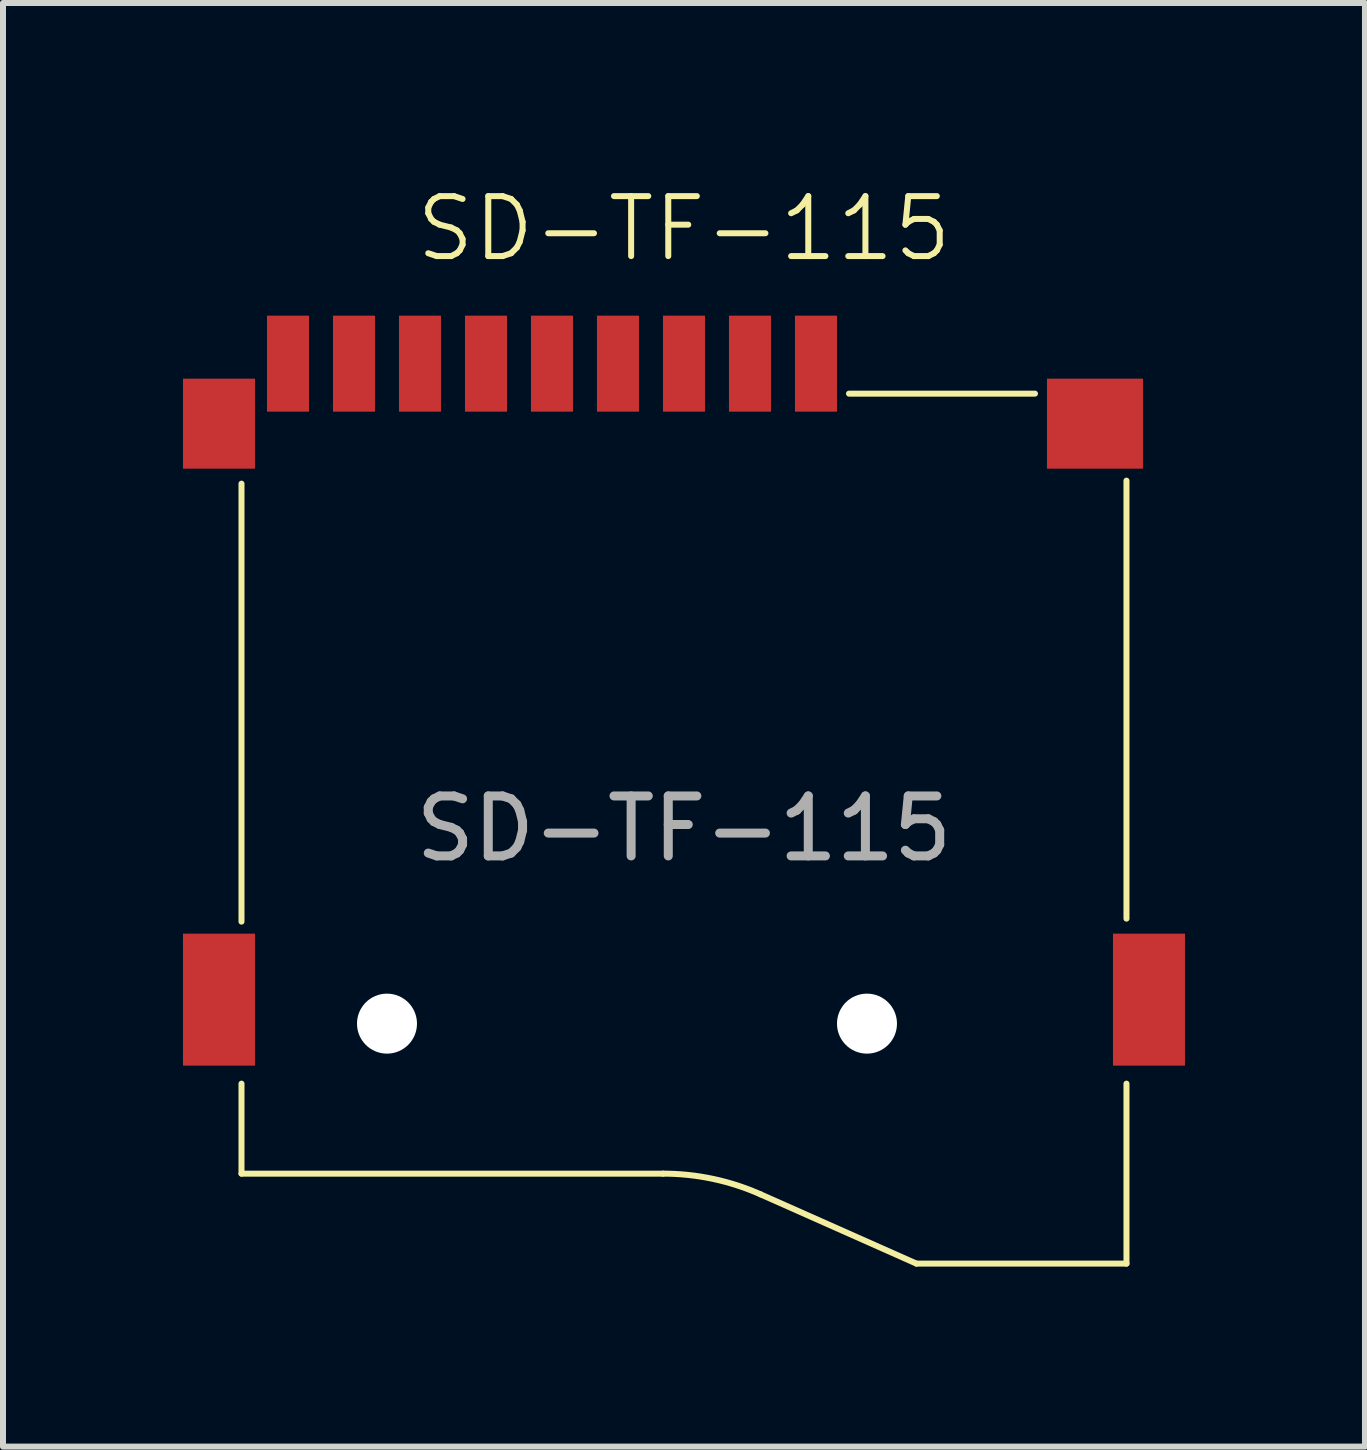
<source format=kicad_pcb>
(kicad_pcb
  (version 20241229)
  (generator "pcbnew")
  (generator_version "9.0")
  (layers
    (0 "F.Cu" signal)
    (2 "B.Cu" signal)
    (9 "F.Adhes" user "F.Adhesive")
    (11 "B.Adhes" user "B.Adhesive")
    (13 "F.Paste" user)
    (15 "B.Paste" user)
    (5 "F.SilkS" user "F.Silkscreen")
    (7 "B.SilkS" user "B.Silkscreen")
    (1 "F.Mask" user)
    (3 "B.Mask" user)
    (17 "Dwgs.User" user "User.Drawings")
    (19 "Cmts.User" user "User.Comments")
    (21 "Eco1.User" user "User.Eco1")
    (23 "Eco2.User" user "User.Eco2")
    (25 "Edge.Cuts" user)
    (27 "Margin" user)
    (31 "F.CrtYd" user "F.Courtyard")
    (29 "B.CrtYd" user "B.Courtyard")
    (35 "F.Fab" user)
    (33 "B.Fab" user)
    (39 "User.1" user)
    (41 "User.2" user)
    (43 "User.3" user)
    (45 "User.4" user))
  (footprint "SD-TF-115"
    (layer "F.Cu")
    (at 8.35 8.261)
    (property "Reference" "SD-TF-115" (at 0 -7.5 0) (unlocked yes) (layer "F.SilkS") (effects (font (size 1 1) (thickness 0.1))))
    (attr smd)
    (fp_line (start -7.375 -3.25) (end -7.375 4.05) (stroke (width 0.1) (type default)) (layer "F.SilkS"))
    (fp_line (start -7.375 6.75) (end -7.375 8.25) (stroke (width 0.1) (type default)) (layer "F.SilkS"))
    (fp_line (start -7.375 8.25) (end -0.349 8.25) (stroke (width 0.1) (type default)) (layer "F.SilkS"))
    (fp_line (start 1.276 8.595) (end 3.875 9.75) (stroke (width 0.1) (type default)) (layer "F.SilkS"))
    (fp_line (start 2.75 -4.75) (end 5.85 -4.75) (stroke (width 0.1) (type default)) (layer "F.SilkS"))
    (fp_line (start 7.375 -3.3) (end 7.375 4) (stroke (width 0.1) (type default)) (layer "F.SilkS"))
    (fp_line (start 7.375 6.75) (end 7.375 9.75) (stroke (width 0.1) (type default)) (layer "F.SilkS"))
    (fp_line (start 7.375 9.75) (end 3.875 9.75) (stroke (width 0.1) (type default)) (layer "F.SilkS"))
    (fp_arc (start -0.348858 8.25) (mid 0.481508 8.337138) (end 1.275696 8.594754) (stroke (width 0.1) (type default)) (layer "F.SilkS"))
    (fp_text user "${REFERENCE}" (at 0 2.5 0) (unlocked yes) (layer "F.Fab") (effects (font (size 1 1) (thickness 0.15))))
    (pad "" np_thru_hole circle (at -4.95 5.75) (size 1 1) (drill 1) (layers "*.Cu" "*.Mask"))
    (pad "" np_thru_hole circle (at 3.05 5.75) (size 1 1) (drill 1) (layers "*.Cu" "*.Mask"))
    (pad "1" smd rect (at 2.2 -5.25 180) (size 0.7 1.6) (layers "F.Cu" "F.Mask" "F.Paste"))
    (pad "2" smd rect (at 1.1 -5.25 180) (size 0.7 1.6) (layers "F.Cu" "F.Mask" "F.Paste"))
    (pad "3" smd rect (at 0 -5.25 180) (size 0.7 1.6) (layers "F.Cu" "F.Mask" "F.Paste"))
    (pad "4" smd rect (at -1.1 -5.25 180) (size 0.7 1.6) (layers "F.Cu" "F.Mask" "F.Paste"))
    (pad "5" smd rect (at -2.2 -5.25 180) (size 0.7 1.6) (layers "F.Cu" "F.Mask" "F.Paste"))
    (pad "6" smd rect (at -3.3 -5.25 180) (size 0.7 1.6) (layers "F.Cu" "F.Mask" "F.Paste"))
    (pad "7" smd rect (at -4.4 -5.25 180) (size 0.7 1.6) (layers "F.Cu" "F.Mask" "F.Paste"))
    (pad "8" smd rect (at -5.5 -5.25 180) (size 0.7 1.6) (layers "F.Cu" "F.Mask" "F.Paste"))
    (pad "9" smd rect (at -6.6 -5.25 180) (size 0.7 1.6) (layers "F.Cu" "F.Mask" "F.Paste"))
    (pad "10" smd rect (at -7.75 -4.25) (size 1.2 1.5) (layers "F.Cu" "F.Mask" "F.Paste"))
    (pad "10" smd rect (at -7.75 5.35) (size 1.2 2.2) (layers "F.Cu" "F.Mask" "F.Paste"))
    (pad "10" smd rect (at 6.85 -4.25) (size 1.6 1.5) (layers "F.Cu" "F.Mask" "F.Paste"))
    (pad "10" smd rect (at 7.75 5.35) (size 1.2 2.2) (layers "F.Cu" "F.Mask" "F.Paste")))
  (gr_rect
    (start -3 -3)
    (end 19.7 21.061)
    (stroke (width 0.1) (type default))
    (fill no)
    (layer "Edge.Cuts")))
</source>
